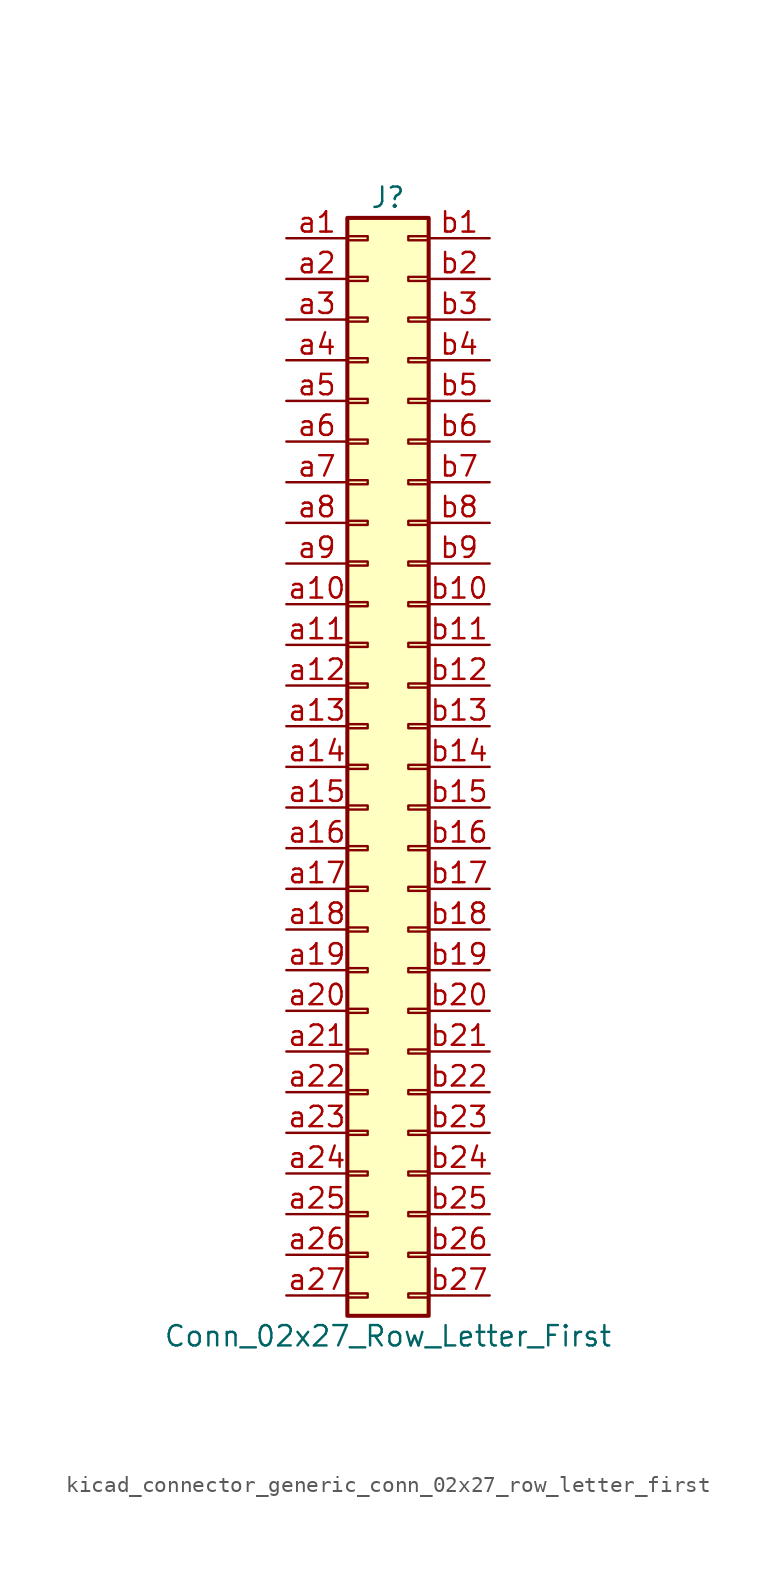
<source format=kicad_sym>
(kicad_symbol_lib
  (version 20220914)
  (generator kicad_symbol_editor)
  (symbol "kicad_connector_generic_conn_02x27_row_letter_first"
    (pin_names
      (offset 1.016) hide)
    (property "Reference" "J"
      (at 1.27 35.56 0)
      (effects (font (size 1.27 1.27))))
    (property "Value" "Conn_02x27_Row_Letter_First"
      (at 1.27 -35.56 0)
      (effects (font (size 1.27 1.27))))
    (symbol "kicad_connector_generic_conn_02x27_row_letter_first_1_1"
      (rectangle (start -1.27 -32.893) (end 0 -33.147) (stroke (width 0.152) (type default)) (fill (type none)))
      (rectangle (start -1.27 -30.353) (end 0 -30.607) (stroke (width 0.152) (type default)) (fill (type none)))
      (rectangle (start -1.27 -27.813) (end 0 -28.067) (stroke (width 0.152) (type default)) (fill (type none)))
      (rectangle (start -1.27 -25.273) (end 0 -25.527) (stroke (width 0.152) (type default)) (fill (type none)))
      (rectangle (start -1.27 -22.733) (end 0 -22.987) (stroke (width 0.152) (type default)) (fill (type none)))
      (rectangle (start -1.27 -20.193) (end 0 -20.447) (stroke (width 0.152) (type default)) (fill (type none)))
      (rectangle (start -1.27 -17.653) (end 0 -17.907) (stroke (width 0.152) (type default)) (fill (type none)))
      (rectangle (start -1.27 -15.113) (end 0 -15.367) (stroke (width 0.152) (type default)) (fill (type none)))
      (rectangle (start -1.27 -12.573) (end 0 -12.827) (stroke (width 0.152) (type default)) (fill (type none)))
      (rectangle (start -1.27 -10.033) (end 0 -10.287) (stroke (width 0.152) (type default)) (fill (type none)))
      (rectangle (start -1.27 -7.493) (end 0 -7.747) (stroke (width 0.152) (type default)) (fill (type none)))
      (rectangle (start -1.27 -4.953) (end 0 -5.207) (stroke (width 0.152) (type default)) (fill (type none)))
      (rectangle (start -1.27 -2.413) (end 0 -2.667) (stroke (width 0.152) (type default)) (fill (type none)))
      (rectangle (start -1.27 0.127) (end 0 -0.127) (stroke (width 0.152) (type default)) (fill (type none)))
      (rectangle (start -1.27 2.667) (end 0 2.413) (stroke (width 0.152) (type default)) (fill (type none)))
      (rectangle (start -1.27 5.207) (end 0 4.953) (stroke (width 0.152) (type default)) (fill (type none)))
      (rectangle (start -1.27 7.747) (end 0 7.493) (stroke (width 0.152) (type default)) (fill (type none)))
      (rectangle (start -1.27 10.287) (end 0 10.033) (stroke (width 0.152) (type default)) (fill (type none)))
      (rectangle (start -1.27 12.827) (end 0 12.573) (stroke (width 0.152) (type default)) (fill (type none)))
      (rectangle (start -1.27 15.367) (end 0 15.113) (stroke (width 0.152) (type default)) (fill (type none)))
      (rectangle (start -1.27 17.907) (end 0 17.653) (stroke (width 0.152) (type default)) (fill (type none)))
      (rectangle (start -1.27 20.447) (end 0 20.193) (stroke (width 0.152) (type default)) (fill (type none)))
      (rectangle (start -1.27 22.987) (end 0 22.733) (stroke (width 0.152) (type default)) (fill (type none)))
      (rectangle (start -1.27 25.527) (end 0 25.273) (stroke (width 0.152) (type default)) (fill (type none)))
      (rectangle (start -1.27 28.067) (end 0 27.813) (stroke (width 0.152) (type default)) (fill (type none)))
      (rectangle (start -1.27 30.607) (end 0 30.353) (stroke (width 0.152) (type default)) (fill (type none)))
      (rectangle (start -1.27 33.147) (end 0 32.893) (stroke (width 0.152) (type default)) (fill (type none)))
      (rectangle (start -1.27 34.29) (end 3.81 -34.29) (stroke (width 0.254) (type default)) (fill (type background)))
      (rectangle (start 3.81 -32.893) (end 2.54 -33.147) (stroke (width 0.152) (type default)) (fill (type none)))
      (rectangle (start 3.81 -30.353) (end 2.54 -30.607) (stroke (width 0.152) (type default)) (fill (type none)))
      (rectangle (start 3.81 -27.813) (end 2.54 -28.067) (stroke (width 0.152) (type default)) (fill (type none)))
      (rectangle (start 3.81 -25.273) (end 2.54 -25.527) (stroke (width 0.152) (type default)) (fill (type none)))
      (rectangle (start 3.81 -22.733) (end 2.54 -22.987) (stroke (width 0.152) (type default)) (fill (type none)))
      (rectangle (start 3.81 -20.193) (end 2.54 -20.447) (stroke (width 0.152) (type default)) (fill (type none)))
      (rectangle (start 3.81 -17.653) (end 2.54 -17.907) (stroke (width 0.152) (type default)) (fill (type none)))
      (rectangle (start 3.81 -15.113) (end 2.54 -15.367) (stroke (width 0.152) (type default)) (fill (type none)))
      (rectangle (start 3.81 -12.573) (end 2.54 -12.827) (stroke (width 0.152) (type default)) (fill (type none)))
      (rectangle (start 3.81 -10.033) (end 2.54 -10.287) (stroke (width 0.152) (type default)) (fill (type none)))
      (rectangle (start 3.81 -7.493) (end 2.54 -7.747) (stroke (width 0.152) (type default)) (fill (type none)))
      (rectangle (start 3.81 -4.953) (end 2.54 -5.207) (stroke (width 0.152) (type default)) (fill (type none)))
      (rectangle (start 3.81 -2.413) (end 2.54 -2.667) (stroke (width 0.152) (type default)) (fill (type none)))
      (rectangle (start 3.81 0.127) (end 2.54 -0.127) (stroke (width 0.152) (type default)) (fill (type none)))
      (rectangle (start 3.81 2.667) (end 2.54 2.413) (stroke (width 0.152) (type default)) (fill (type none)))
      (rectangle (start 3.81 5.207) (end 2.54 4.953) (stroke (width 0.152) (type default)) (fill (type none)))
      (rectangle (start 3.81 7.747) (end 2.54 7.493) (stroke (width 0.152) (type default)) (fill (type none)))
      (rectangle (start 3.81 10.287) (end 2.54 10.033) (stroke (width 0.152) (type default)) (fill (type none)))
      (rectangle (start 3.81 12.827) (end 2.54 12.573) (stroke (width 0.152) (type default)) (fill (type none)))
      (rectangle (start 3.81 15.367) (end 2.54 15.113) (stroke (width 0.152) (type default)) (fill (type none)))
      (rectangle (start 3.81 17.907) (end 2.54 17.653) (stroke (width 0.152) (type default)) (fill (type none)))
      (rectangle (start 3.81 20.447) (end 2.54 20.193) (stroke (width 0.152) (type default)) (fill (type none)))
      (rectangle (start 3.81 22.987) (end 2.54 22.733) (stroke (width 0.152) (type default)) (fill (type none)))
      (rectangle (start 3.81 25.527) (end 2.54 25.273) (stroke (width 0.152) (type default)) (fill (type none)))
      (rectangle (start 3.81 28.067) (end 2.54 27.813) (stroke (width 0.152) (type default)) (fill (type none)))
      (rectangle (start 3.81 30.607) (end 2.54 30.353) (stroke (width 0.152) (type default)) (fill (type none)))
      (rectangle (start 3.81 33.147) (end 2.54 32.893) (stroke (width 0.152) (type default)) (fill (type none)))
      (pin passive line (at -5.08 33.02 0) (length 3.81) (name "Pin_a1" (effects (font (size 1.27 1.27)))) (number "a1" (effects (font (size 1.27 1.27)))))
      (pin passive line (at -5.08 10.16 0) (length 3.81) (name "Pin_a10" (effects (font (size 1.27 1.27)))) (number "a10" (effects (font (size 1.27 1.27)))))
      (pin passive line (at -5.08 7.62 0) (length 3.81) (name "Pin_a11" (effects (font (size 1.27 1.27)))) (number "a11" (effects (font (size 1.27 1.27)))))
      (pin passive line (at -5.08 5.08 0) (length 3.81) (name "Pin_a12" (effects (font (size 1.27 1.27)))) (number "a12" (effects (font (size 1.27 1.27)))))
      (pin passive line (at -5.08 2.54 0) (length 3.81) (name "Pin_a13" (effects (font (size 1.27 1.27)))) (number "a13" (effects (font (size 1.27 1.27)))))
      (pin passive line (at -5.08 0 0) (length 3.81) (name "Pin_a14" (effects (font (size 1.27 1.27)))) (number "a14" (effects (font (size 1.27 1.27)))))
      (pin passive line (at -5.08 -2.54 0) (length 3.81) (name "Pin_a15" (effects (font (size 1.27 1.27)))) (number "a15" (effects (font (size 1.27 1.27)))))
      (pin passive line (at -5.08 -5.08 0) (length 3.81) (name "Pin_a16" (effects (font (size 1.27 1.27)))) (number "a16" (effects (font (size 1.27 1.27)))))
      (pin passive line (at -5.08 -7.62 0) (length 3.81) (name "Pin_a17" (effects (font (size 1.27 1.27)))) (number "a17" (effects (font (size 1.27 1.27)))))
      (pin passive line (at -5.08 -10.16 0) (length 3.81) (name "Pin_a18" (effects (font (size 1.27 1.27)))) (number "a18" (effects (font (size 1.27 1.27)))))
      (pin passive line (at -5.08 -12.7 0) (length 3.81) (name "Pin_a19" (effects (font (size 1.27 1.27)))) (number "a19" (effects (font (size 1.27 1.27)))))
      (pin passive line (at -5.08 30.48 0) (length 3.81) (name "Pin_a2" (effects (font (size 1.27 1.27)))) (number "a2" (effects (font (size 1.27 1.27)))))
      (pin passive line (at -5.08 -15.24 0) (length 3.81) (name "Pin_a20" (effects (font (size 1.27 1.27)))) (number "a20" (effects (font (size 1.27 1.27)))))
      (pin passive line (at -5.08 -17.78 0) (length 3.81) (name "Pin_a21" (effects (font (size 1.27 1.27)))) (number "a21" (effects (font (size 1.27 1.27)))))
      (pin passive line (at -5.08 -20.32 0) (length 3.81) (name "Pin_a22" (effects (font (size 1.27 1.27)))) (number "a22" (effects (font (size 1.27 1.27)))))
      (pin passive line (at -5.08 -22.86 0) (length 3.81) (name "Pin_a23" (effects (font (size 1.27 1.27)))) (number "a23" (effects (font (size 1.27 1.27)))))
      (pin passive line (at -5.08 -25.4 0) (length 3.81) (name "Pin_a24" (effects (font (size 1.27 1.27)))) (number "a24" (effects (font (size 1.27 1.27)))))
      (pin passive line (at -5.08 -27.94 0) (length 3.81) (name "Pin_a25" (effects (font (size 1.27 1.27)))) (number "a25" (effects (font (size 1.27 1.27)))))
      (pin passive line (at -5.08 -30.48 0) (length 3.81) (name "Pin_a26" (effects (font (size 1.27 1.27)))) (number "a26" (effects (font (size 1.27 1.27)))))
      (pin passive line (at -5.08 -33.02 0) (length 3.81) (name "Pin_a27" (effects (font (size 1.27 1.27)))) (number "a27" (effects (font (size 1.27 1.27)))))
      (pin passive line (at -5.08 27.94 0) (length 3.81) (name "Pin_a3" (effects (font (size 1.27 1.27)))) (number "a3" (effects (font (size 1.27 1.27)))))
      (pin passive line (at -5.08 25.4 0) (length 3.81) (name "Pin_a4" (effects (font (size 1.27 1.27)))) (number "a4" (effects (font (size 1.27 1.27)))))
      (pin passive line (at -5.08 22.86 0) (length 3.81) (name "Pin_a5" (effects (font (size 1.27 1.27)))) (number "a5" (effects (font (size 1.27 1.27)))))
      (pin passive line (at -5.08 20.32 0) (length 3.81) (name "Pin_a6" (effects (font (size 1.27 1.27)))) (number "a6" (effects (font (size 1.27 1.27)))))
      (pin passive line (at -5.08 17.78 0) (length 3.81) (name "Pin_a7" (effects (font (size 1.27 1.27)))) (number "a7" (effects (font (size 1.27 1.27)))))
      (pin passive line (at -5.08 15.24 0) (length 3.81) (name "Pin_a8" (effects (font (size 1.27 1.27)))) (number "a8" (effects (font (size 1.27 1.27)))))
      (pin passive line (at -5.08 12.7 0) (length 3.81) (name "Pin_a9" (effects (font (size 1.27 1.27)))) (number "a9" (effects (font (size 1.27 1.27)))))
      (pin passive line (at 7.62 33.02 180) (length 3.81) (name "Pin_b1" (effects (font (size 1.27 1.27)))) (number "b1" (effects (font (size 1.27 1.27)))))
      (pin passive line (at 7.62 10.16 180) (length 3.81) (name "Pin_b10" (effects (font (size 1.27 1.27)))) (number "b10" (effects (font (size 1.27 1.27)))))
      (pin passive line (at 7.62 7.62 180) (length 3.81) (name "Pin_b11" (effects (font (size 1.27 1.27)))) (number "b11" (effects (font (size 1.27 1.27)))))
      (pin passive line (at 7.62 5.08 180) (length 3.81) (name "Pin_b12" (effects (font (size 1.27 1.27)))) (number "b12" (effects (font (size 1.27 1.27)))))
      (pin passive line (at 7.62 2.54 180) (length 3.81) (name "Pin_b13" (effects (font (size 1.27 1.27)))) (number "b13" (effects (font (size 1.27 1.27)))))
      (pin passive line (at 7.62 0 180) (length 3.81) (name "Pin_b14" (effects (font (size 1.27 1.27)))) (number "b14" (effects (font (size 1.27 1.27)))))
      (pin passive line (at 7.62 -2.54 180) (length 3.81) (name "Pin_b15" (effects (font (size 1.27 1.27)))) (number "b15" (effects (font (size 1.27 1.27)))))
      (pin passive line (at 7.62 -5.08 180) (length 3.81) (name "Pin_b16" (effects (font (size 1.27 1.27)))) (number "b16" (effects (font (size 1.27 1.27)))))
      (pin passive line (at 7.62 -7.62 180) (length 3.81) (name "Pin_b17" (effects (font (size 1.27 1.27)))) (number "b17" (effects (font (size 1.27 1.27)))))
      (pin passive line (at 7.62 -10.16 180) (length 3.81) (name "Pin_b18" (effects (font (size 1.27 1.27)))) (number "b18" (effects (font (size 1.27 1.27)))))
      (pin passive line (at 7.62 -12.7 180) (length 3.81) (name "Pin_b19" (effects (font (size 1.27 1.27)))) (number "b19" (effects (font (size 1.27 1.27)))))
      (pin passive line (at 7.62 30.48 180) (length 3.81) (name "Pin_b2" (effects (font (size 1.27 1.27)))) (number "b2" (effects (font (size 1.27 1.27)))))
      (pin passive line (at 7.62 -15.24 180) (length 3.81) (name "Pin_b20" (effects (font (size 1.27 1.27)))) (number "b20" (effects (font (size 1.27 1.27)))))
      (pin passive line (at 7.62 -17.78 180) (length 3.81) (name "Pin_b21" (effects (font (size 1.27 1.27)))) (number "b21" (effects (font (size 1.27 1.27)))))
      (pin passive line (at 7.62 -20.32 180) (length 3.81) (name "Pin_b22" (effects (font (size 1.27 1.27)))) (number "b22" (effects (font (size 1.27 1.27)))))
      (pin passive line (at 7.62 -22.86 180) (length 3.81) (name "Pin_b23" (effects (font (size 1.27 1.27)))) (number "b23" (effects (font (size 1.27 1.27)))))
      (pin passive line (at 7.62 -25.4 180) (length 3.81) (name "Pin_b24" (effects (font (size 1.27 1.27)))) (number "b24" (effects (font (size 1.27 1.27)))))
      (pin passive line (at 7.62 -27.94 180) (length 3.81) (name "Pin_b25" (effects (font (size 1.27 1.27)))) (number "b25" (effects (font (size 1.27 1.27)))))
      (pin passive line (at 7.62 -30.48 180) (length 3.81) (name "Pin_b26" (effects (font (size 1.27 1.27)))) (number "b26" (effects (font (size 1.27 1.27)))))
      (pin passive line (at 7.62 -33.02 180) (length 3.81) (name "Pin_b27" (effects (font (size 1.27 1.27)))) (number "b27" (effects (font (size 1.27 1.27)))))
      (pin passive line (at 7.62 27.94 180) (length 3.81) (name "Pin_b3" (effects (font (size 1.27 1.27)))) (number "b3" (effects (font (size 1.27 1.27)))))
      (pin passive line (at 7.62 25.4 180) (length 3.81) (name "Pin_b4" (effects (font (size 1.27 1.27)))) (number "b4" (effects (font (size 1.27 1.27)))))
      (pin passive line (at 7.62 22.86 180) (length 3.81) (name "Pin_b5" (effects (font (size 1.27 1.27)))) (number "b5" (effects (font (size 1.27 1.27)))))
      (pin passive line (at 7.62 20.32 180) (length 3.81) (name "Pin_b6" (effects (font (size 1.27 1.27)))) (number "b6" (effects (font (size 1.27 1.27)))))
      (pin passive line (at 7.62 17.78 180) (length 3.81) (name "Pin_b7" (effects (font (size 1.27 1.27)))) (number "b7" (effects (font (size 1.27 1.27)))))
      (pin passive line (at 7.62 15.24 180) (length 3.81) (name "Pin_b8" (effects (font (size 1.27 1.27)))) (number "b8" (effects (font (size 1.27 1.27)))))
      (pin passive line (at 7.62 12.7 180) (length 3.81) (name "Pin_b9" (effects (font (size 1.27 1.27)))) (number "b9" (effects (font (size 1.27 1.27))))))))
</source>
